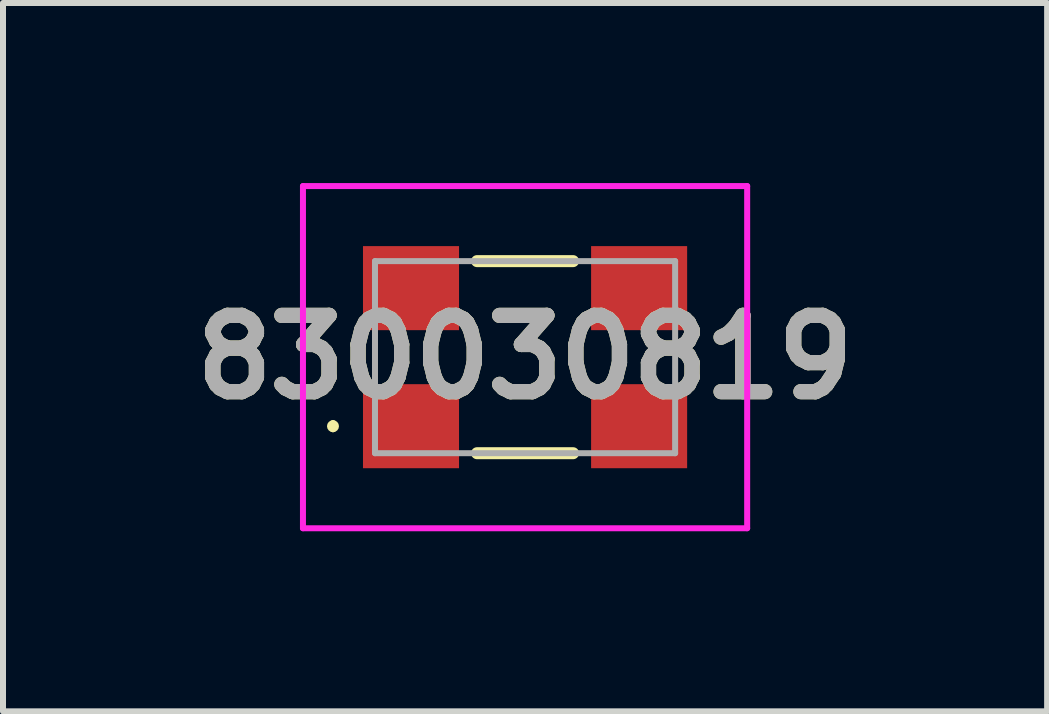
<source format=kicad_pcb>
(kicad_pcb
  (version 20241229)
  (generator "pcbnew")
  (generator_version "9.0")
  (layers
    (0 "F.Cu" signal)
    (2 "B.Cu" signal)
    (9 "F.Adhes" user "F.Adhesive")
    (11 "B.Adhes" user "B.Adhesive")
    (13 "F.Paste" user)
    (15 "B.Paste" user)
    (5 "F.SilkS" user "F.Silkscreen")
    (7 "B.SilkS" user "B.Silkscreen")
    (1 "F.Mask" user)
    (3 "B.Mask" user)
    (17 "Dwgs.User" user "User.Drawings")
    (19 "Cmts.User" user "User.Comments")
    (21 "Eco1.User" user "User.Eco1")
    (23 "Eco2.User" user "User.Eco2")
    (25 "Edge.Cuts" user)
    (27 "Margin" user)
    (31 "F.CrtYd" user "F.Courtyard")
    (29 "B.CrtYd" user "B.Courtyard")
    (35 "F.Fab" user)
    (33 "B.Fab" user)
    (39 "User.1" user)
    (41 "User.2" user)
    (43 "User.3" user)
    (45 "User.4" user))
  (footprint "830030819"
    (layer "F.Cu")
    (at 5.697 2.9)
    (property "Reference" "830030819" (at 0 0 0) (layer "F.SilkS") (effects (font (size 1.27 1.27) (thickness 0.254))))
    (attr smd)
    (fp_line (start -3.2 1.1) (end -3.2 1.1) (stroke (width 0.1) (type solid)) (layer "F.SilkS"))
    (fp_line (start -3.2 1.2) (end -3.2 1.2) (stroke (width 0.1) (type solid)) (layer "F.SilkS"))
    (fp_line (start -0.8 -1.6) (end 0.8 -1.6) (stroke (width 0.2) (type solid)) (layer "F.SilkS"))
    (fp_line (start -0.8 1.6) (end 0.8 1.6) (stroke (width 0.2) (type solid)) (layer "F.SilkS"))
    (fp_arc (start -3.2 1.1) (mid -3.15 1.15) (end -3.2 1.2) (stroke (width 0.1) (type solid)) (layer "F.SilkS"))
    (fp_arc (start -3.2 1.2) (mid -3.25 1.15) (end -3.2 1.1) (stroke (width 0.1) (type solid)) (layer "F.SilkS"))
    (fp_line (start -3.7 -2.85) (end 3.7 -2.85) (stroke (width 0.1) (type solid)) (layer "F.CrtYd"))
    (fp_line (start -3.7 2.85) (end -3.7 -2.85) (stroke (width 0.1) (type solid)) (layer "F.CrtYd"))
    (fp_line (start 3.7 -2.85) (end 3.7 2.85) (stroke (width 0.1) (type solid)) (layer "F.CrtYd"))
    (fp_line (start 3.7 2.85) (end -3.7 2.85) (stroke (width 0.1) (type solid)) (layer "F.CrtYd"))
    (fp_line (start -2.5 -1.6) (end 2.5 -1.6) (stroke (width 0.1) (type solid)) (layer "F.Fab"))
    (fp_line (start -2.5 1.6) (end -2.5 -1.6) (stroke (width 0.1) (type solid)) (layer "F.Fab"))
    (fp_line (start 2.5 -1.6) (end 2.5 1.6) (stroke (width 0.1) (type solid)) (layer "F.Fab"))
    (fp_line (start 2.5 1.6) (end -2.5 1.6) (stroke (width 0.1) (type solid)) (layer "F.Fab"))
    (fp_text user "${REFERENCE}" (at 0 0 0) (layer "F.Fab") (effects (font (size 1.27 1.27) (thickness 0.254))))
    (pad "1" smd rect (at -1.9 1.15 90) (size 1.4 1.6) (layers "F.Cu" "F.Mask" "F.Paste"))
    (pad "2" smd rect (at 1.9 1.15 90) (size 1.4 1.6) (layers "F.Cu" "F.Mask" "F.Paste"))
    (pad "3" smd rect (at 1.9 -1.15 90) (size 1.4 1.6) (layers "F.Cu" "F.Mask" "F.Paste"))
    (pad "4" smd rect (at -1.9 -1.15 90) (size 1.4 1.6) (layers "F.Cu" "F.Mask" "F.Paste")))
  (gr_rect
    (start -3 -3)
    (end 14.394 8.8)
    (stroke (width 0.1) (type default))
    (fill no)
    (layer "Edge.Cuts")))
</source>
